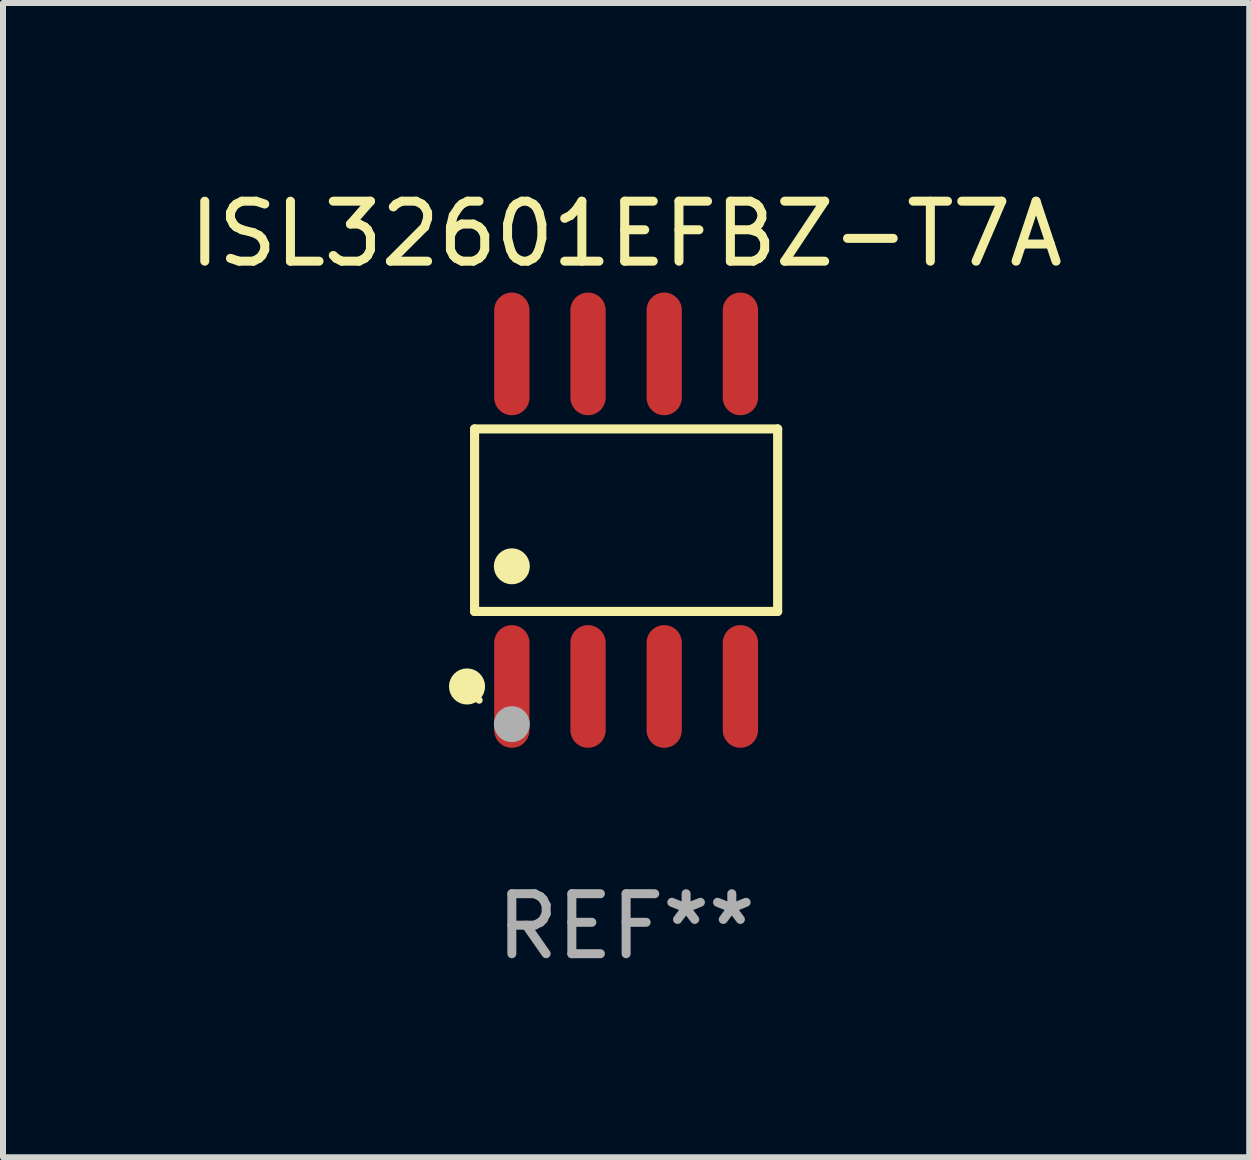
<source format=kicad_pcb>
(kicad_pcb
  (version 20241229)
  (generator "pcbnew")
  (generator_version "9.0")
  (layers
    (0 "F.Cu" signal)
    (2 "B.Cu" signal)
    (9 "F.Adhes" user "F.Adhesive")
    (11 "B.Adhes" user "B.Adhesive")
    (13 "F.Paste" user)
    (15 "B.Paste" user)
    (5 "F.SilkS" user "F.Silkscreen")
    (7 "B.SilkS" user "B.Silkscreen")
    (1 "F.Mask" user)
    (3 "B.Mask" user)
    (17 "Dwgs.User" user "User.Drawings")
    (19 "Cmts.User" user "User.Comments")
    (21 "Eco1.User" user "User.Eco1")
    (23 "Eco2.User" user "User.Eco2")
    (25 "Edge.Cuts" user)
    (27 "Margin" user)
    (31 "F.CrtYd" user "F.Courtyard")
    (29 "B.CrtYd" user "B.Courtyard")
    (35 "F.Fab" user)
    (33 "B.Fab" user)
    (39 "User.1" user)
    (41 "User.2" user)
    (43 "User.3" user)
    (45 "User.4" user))
  (footprint "ISL32601EFBZ-T7A"
    (layer "F.Cu")
    (at 7.387 5.621)
    (property "Reference" "ISL32601EFBZ-T7A" (at 0 -4.772 0) (layer "F.SilkS") (effects (font (size 1 1) (thickness 0.15))))
    (attr through_hole)
    (fp_line (start -2.526 -1.521) (end 2.526 -1.521) (stroke (width 0.152) (type solid)) (layer "F.SilkS"))
    (fp_line (start -2.526 1.521) (end -2.526 -1.521) (stroke (width 0.152) (type solid)) (layer "F.SilkS"))
    (fp_line (start 2.526 -1.521) (end 2.526 1.521) (stroke (width 0.152) (type solid)) (layer "F.SilkS"))
    (fp_line (start 2.526 1.521) (end -2.526 1.521) (stroke (width 0.152) (type solid)) (layer "F.SilkS"))
    (fp_circle (center -2.652 2.772) (end -2.501 2.772) (stroke (width 0.3) (type solid)) (fill no) (layer "F.SilkS"))
    (fp_circle (center -2.45 3) (end -2.42 3) (stroke (width 0.06) (type solid)) (fill no) (layer "F.SilkS"))
    (fp_circle (center -1.905 0.769) (end -1.755 0.769) (stroke (width 0.3) (type solid)) (fill no) (layer "F.SilkS"))
    (fp_circle (center -1.905 3.4) (end -1.755 3.4) (stroke (width 0.3) (type solid)) (fill no) (layer "F.Fab"))
    (fp_text user "REF**" (at 0 6.772 0) (layer "F.Fab") (effects (font (size 1 1) (thickness 0.15))))
    (pad "1" smd oval (at -1.905 2.772) (size 0.588 2.045) (layers "F.Cu" "F.Mask" "F.Paste"))
    (pad "2" smd oval (at -0.635 2.772) (size 0.588 2.045) (layers "F.Cu" "F.Mask" "F.Paste"))
    (pad "3" smd oval (at 0.635 2.772) (size 0.588 2.045) (layers "F.Cu" "F.Mask" "F.Paste"))
    (pad "4" smd oval (at 1.905 2.772) (size 0.588 2.045) (layers "F.Cu" "F.Mask" "F.Paste"))
    (pad "5" smd oval (at 1.905 -2.772) (size 0.588 2.045) (layers "F.Cu" "F.Mask" "F.Paste"))
    (pad "6" smd oval (at 0.635 -2.772) (size 0.588 2.045) (layers "F.Cu" "F.Mask" "F.Paste"))
    (pad "7" smd oval (at -0.635 -2.772) (size 0.588 2.045) (layers "F.Cu" "F.Mask" "F.Paste"))
    (pad "8" smd oval (at -1.905 -2.772) (size 0.588 2.045) (layers "F.Cu" "F.Mask" "F.Paste")))
  (gr_rect
    (start -3 -3)
    (end 17.774 16.241)
    (stroke (width 0.1) (type default))
    (fill no)
    (layer "Edge.Cuts")))
</source>
